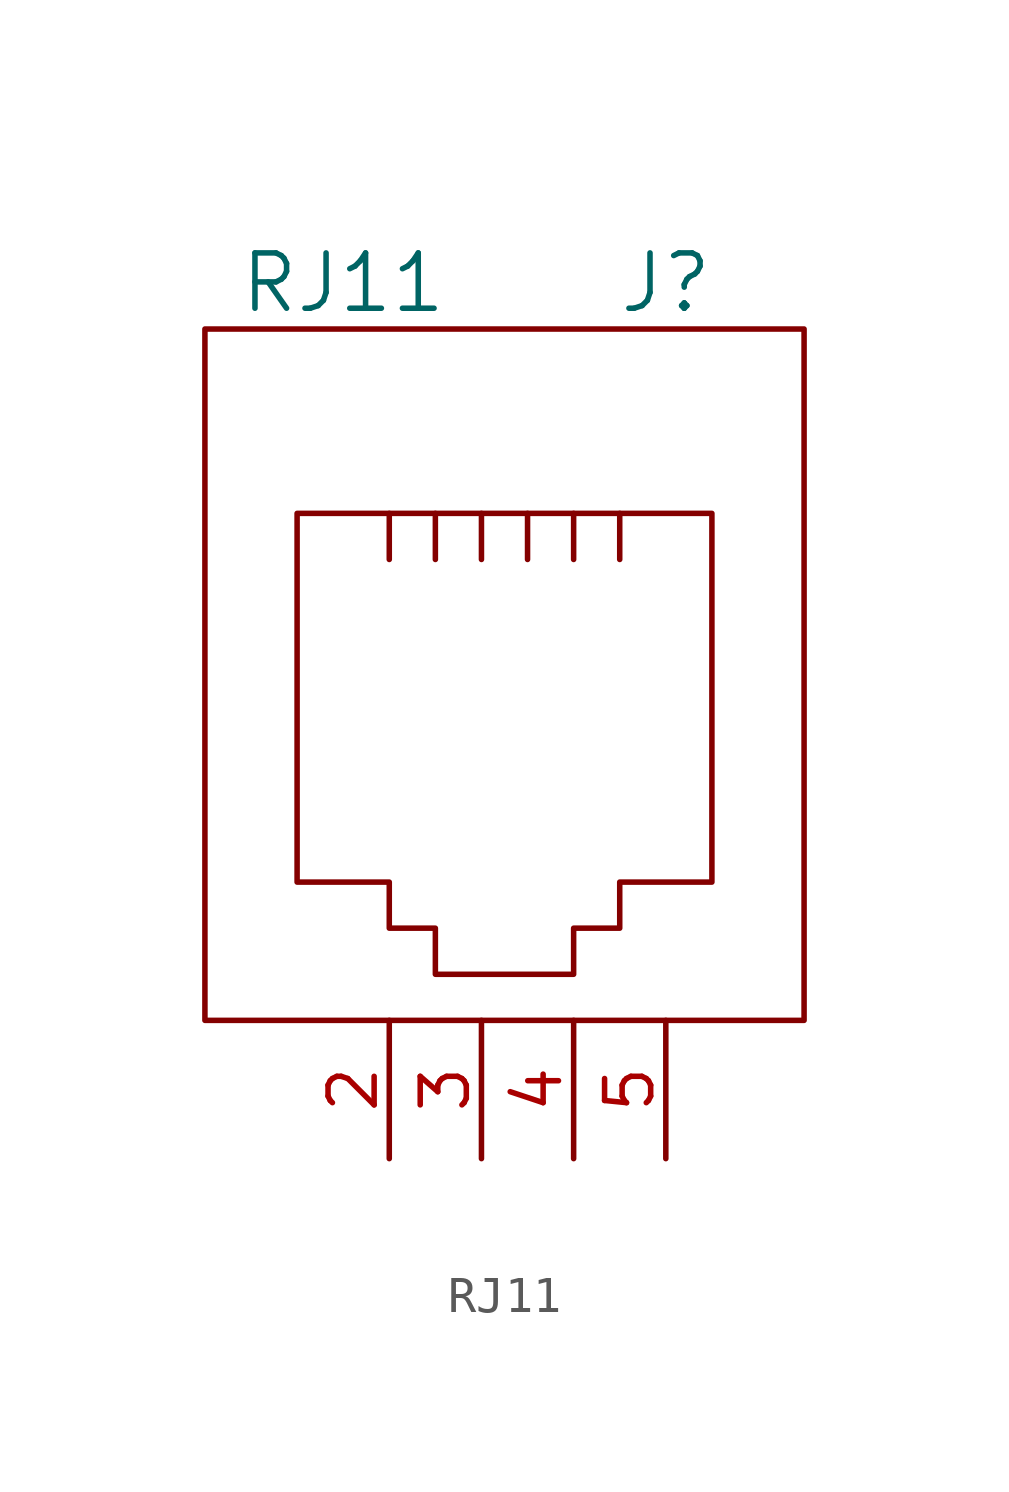
<source format=kicad_sym>
(kicad_symbol_lib
  (version 20220914)
  (generator kicad_symbol_editor)
  (symbol "RJ11"
    (pin_names
      (offset 1.016))
    (property "Reference" "J"
      (at 5.08 12.7 0)
      (effects (font (size 1.524 1.524))))
    (property "Value" "RJ11"
      (at -3.81 12.7 0)
      (effects (font (size 1.524 1.524))))
    (symbol "RJ11_0_1"
      (polyline (pts (xy -2.54 6.35) (xy -2.54 5.08) (xy -2.54 5.08)) (stroke (width 0) (type solid)) (fill (type none)))
      (polyline (pts (xy -1.27 6.35) (xy -1.27 5.08) (xy -1.27 5.08)) (stroke (width 0) (type solid)) (fill (type none)))
      (polyline (pts (xy 0 6.35) (xy 0 5.08) (xy 0 5.08)) (stroke (width 0) (type solid)) (fill (type none)))
      (polyline (pts (xy 1.27 6.35) (xy 1.27 5.08) (xy 1.27 5.08)) (stroke (width 0) (type solid)) (fill (type none)))
      (polyline (pts (xy 2.54 6.35) (xy 2.54 5.08) (xy 2.54 5.08)) (stroke (width 0) (type solid)) (fill (type none)))
      (polyline (pts (xy 3.81 5.08) (xy 3.81 6.35) (xy 3.81 6.35)) (stroke (width 0) (type solid)) (fill (type none)))
      (polyline (pts (xy -5.08 6.35) (xy 6.35 6.35) (xy 6.35 -3.81) (xy 3.81 -3.81) (xy 3.81 -5.08) (xy 2.54 -5.08) (xy 2.54 -6.35) (xy -1.27 -6.35) (xy -1.27 -5.08) (xy -2.54 -5.08) (xy -2.54 -3.81) (xy -5.08 -3.81) (xy -5.08 6.35) (xy -5.08 6.35)) (stroke (width 0) (type solid)) (fill (type none)))
      (rectangle (start 8.89 -7.62) (end -7.62 11.43) (stroke (width 0) (type solid)) (fill (type none))))
    (symbol "RJ11_1_1"
      (pin passive line (at -2.54 -11.43 90) (length 3.81) (name "~" (effects (font (size 1.27 1.27)))) (number "2" (effects (font (size 1.27 1.27)))))
      (pin passive line (at 0 -11.43 90) (length 3.81) (name "~" (effects (font (size 1.27 1.27)))) (number "3" (effects (font (size 1.27 1.27)))))
      (pin passive line (at 2.54 -11.43 90) (length 3.81) (name "~" (effects (font (size 1.27 1.27)))) (number "4" (effects (font (size 1.27 1.27)))))
      (pin passive line (at 5.08 -11.43 90) (length 3.81) (name "~" (effects (font (size 1.27 1.27)))) (number "5" (effects (font (size 1.27 1.27))))))))
</source>
